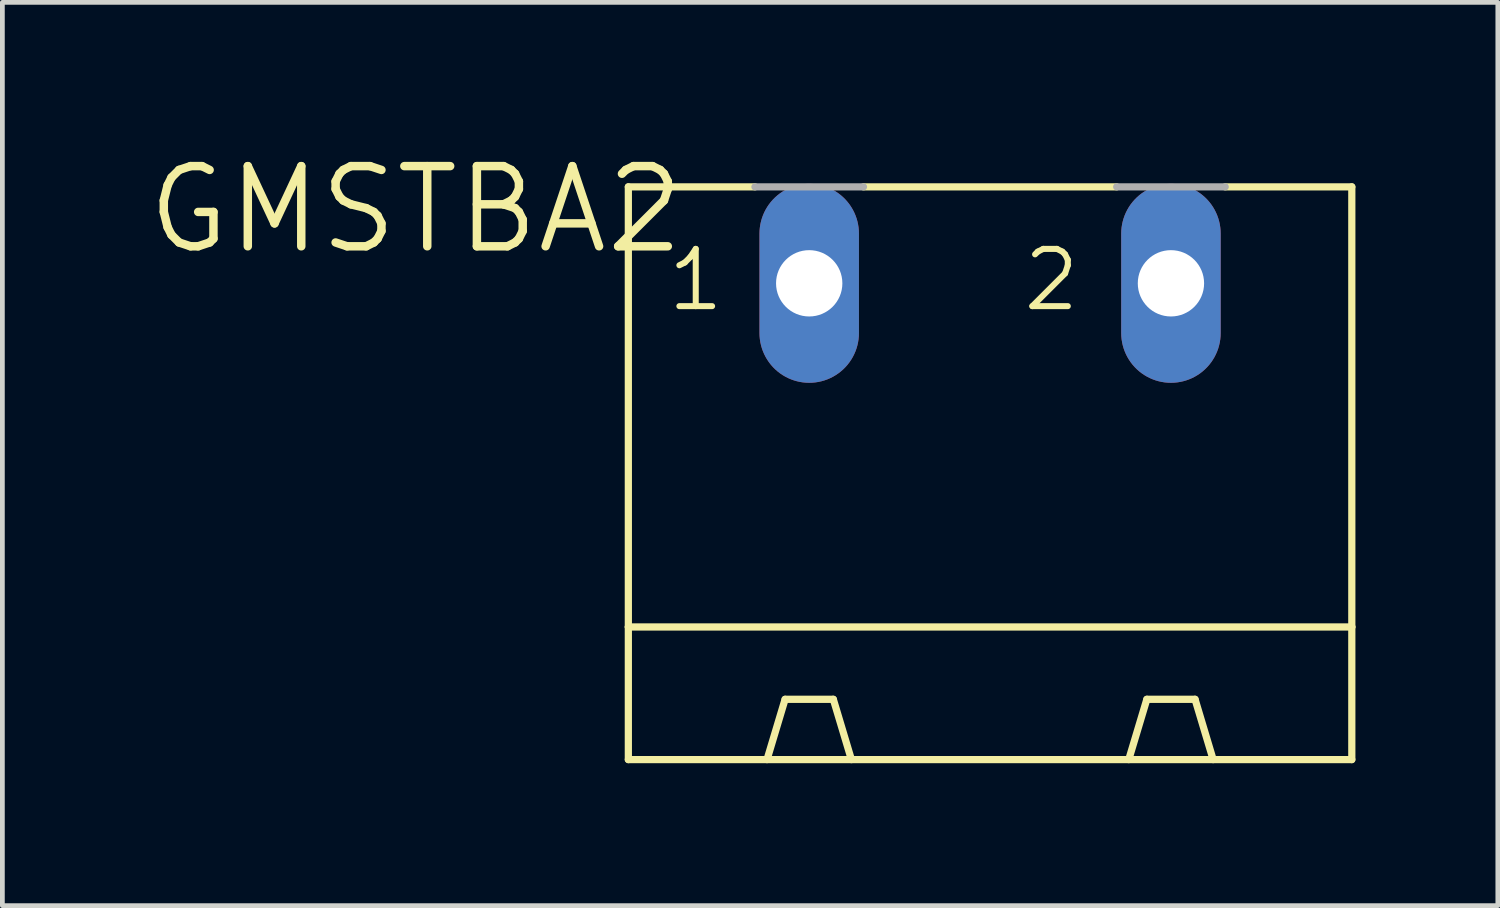
<source format=kicad_pcb>
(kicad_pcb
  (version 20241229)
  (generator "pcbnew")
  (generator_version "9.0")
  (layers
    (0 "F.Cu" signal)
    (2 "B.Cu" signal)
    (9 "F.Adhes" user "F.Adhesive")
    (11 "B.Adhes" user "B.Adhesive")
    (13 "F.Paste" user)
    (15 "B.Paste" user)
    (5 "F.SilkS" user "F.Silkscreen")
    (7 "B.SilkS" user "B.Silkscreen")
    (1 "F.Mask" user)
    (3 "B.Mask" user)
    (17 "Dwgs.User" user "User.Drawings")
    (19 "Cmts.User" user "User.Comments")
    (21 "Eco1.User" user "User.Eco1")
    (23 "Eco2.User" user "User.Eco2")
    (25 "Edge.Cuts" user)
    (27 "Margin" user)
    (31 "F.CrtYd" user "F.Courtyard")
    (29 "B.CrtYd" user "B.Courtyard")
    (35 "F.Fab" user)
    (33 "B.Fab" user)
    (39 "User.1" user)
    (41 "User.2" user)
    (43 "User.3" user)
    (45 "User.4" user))
  (footprint "GMSTBA2"
    (layer "F.Cu")
    (at 17.806 7.998)
    (property "Reference" "GMSTBA2" (at -6.35 -7.62 0) (layer "F.SilkS") (effects (font (size 1.689 1.689) (thickness 0.178)) (justify right top)))
    (attr through_hole)
    (fp_line (start -7.62 -7.112) (end -7.62 2.159) (stroke (width 0.152) (type solid)) (layer "F.SilkS"))
    (fp_line (start -7.62 -7.112) (end -4.953 -7.112) (stroke (width 0.152) (type solid)) (layer "F.SilkS"))
    (fp_line (start -7.62 2.159) (end -7.62 4.953) (stroke (width 0.152) (type solid)) (layer "F.SilkS"))
    (fp_line (start -7.62 2.159) (end 7.62 2.159) (stroke (width 0.152) (type solid)) (layer "F.SilkS"))
    (fp_line (start -4.699 4.953) (end -4.318 3.683) (stroke (width 0.152) (type solid)) (layer "F.SilkS"))
    (fp_line (start -3.302 3.683) (end -4.318 3.683) (stroke (width 0.152) (type solid)) (layer "F.SilkS"))
    (fp_line (start -2.921 4.953) (end -3.302 3.683) (stroke (width 0.152) (type solid)) (layer "F.SilkS"))
    (fp_line (start -2.667 -7.112) (end 2.667 -7.112) (stroke (width 0.152) (type solid)) (layer "F.SilkS"))
    (fp_line (start 2.921 4.953) (end 3.302 3.683) (stroke (width 0.152) (type solid)) (layer "F.SilkS"))
    (fp_line (start 3.302 3.683) (end 4.318 3.683) (stroke (width 0.152) (type solid)) (layer "F.SilkS"))
    (fp_line (start 4.699 4.953) (end 4.318 3.683) (stroke (width 0.152) (type solid)) (layer "F.SilkS"))
    (fp_line (start 4.953 -7.112) (end 7.62 -7.112) (stroke (width 0.152) (type solid)) (layer "F.SilkS"))
    (fp_line (start 7.62 -7.112) (end 7.62 2.159) (stroke (width 0.152) (type solid)) (layer "F.SilkS"))
    (fp_line (start 7.62 2.159) (end 7.62 4.953) (stroke (width 0.152) (type solid)) (layer "F.SilkS"))
    (fp_line (start 7.62 4.953) (end -7.62 4.953) (stroke (width 0.152) (type solid)) (layer "F.SilkS"))
    (fp_line (start -4.953 -7.112) (end -2.667 -7.112) (stroke (width 0.152) (type solid)) (layer "F.Fab"))
    (fp_line (start 2.667 -7.112) (end 4.953 -7.112) (stroke (width 0.152) (type solid)) (layer "F.Fab"))
    (fp_text user "2" (at 0.635 -4.445 0) (layer "F.SilkS") (effects (font (size 1.206 1.206) (thickness 0.127)) (justify left bottom)))
    (fp_text user "1" (at -6.858 -4.445 0) (layer "F.SilkS") (effects (font (size 1.206 1.206) (thickness 0.127)) (justify left bottom)))
    (pad "1" thru_hole oval (at -3.81 -5.08 90) (size 4.191 2.095) (drill 1.397) (layers "*.Cu" "*.Mask"))
    (pad "2" thru_hole oval (at 3.81 -5.08 90) (size 4.191 2.095) (drill 1.397) (layers "*.Cu" "*.Mask")))
  (gr_rect
    (start -3 -3)
    (end 28.502 16.027)
    (stroke (width 0.1) (type default))
    (fill no)
    (layer "Edge.Cuts")))
</source>
